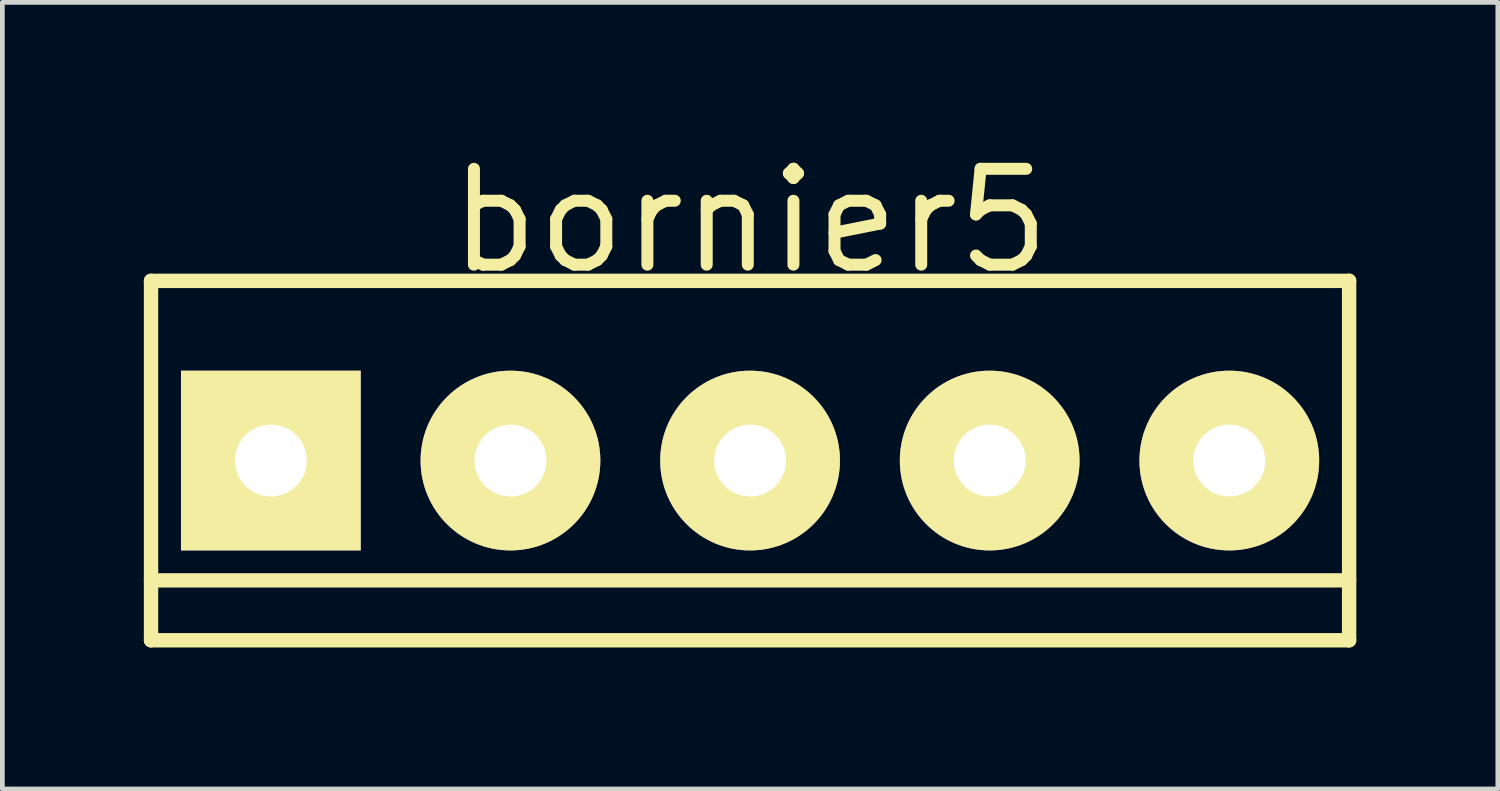
<source format=kicad_pcb>
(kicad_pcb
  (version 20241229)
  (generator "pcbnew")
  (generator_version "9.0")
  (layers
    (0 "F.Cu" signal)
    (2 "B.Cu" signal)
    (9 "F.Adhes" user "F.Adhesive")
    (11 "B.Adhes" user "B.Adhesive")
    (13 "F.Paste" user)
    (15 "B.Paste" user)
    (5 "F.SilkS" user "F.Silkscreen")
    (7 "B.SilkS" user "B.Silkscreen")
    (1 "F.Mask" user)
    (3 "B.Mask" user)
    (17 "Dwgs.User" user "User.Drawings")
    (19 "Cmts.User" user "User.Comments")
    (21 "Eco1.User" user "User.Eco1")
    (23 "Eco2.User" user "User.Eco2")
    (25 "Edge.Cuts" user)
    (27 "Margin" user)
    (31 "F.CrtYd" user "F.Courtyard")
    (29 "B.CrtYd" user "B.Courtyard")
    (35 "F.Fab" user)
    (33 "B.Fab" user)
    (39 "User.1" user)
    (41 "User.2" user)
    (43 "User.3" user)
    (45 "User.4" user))
  (footprint "bornier5"
    (layer "F.Cu")
    (at 12.852 6.714)
    (property "Reference" "bornier5" (at 0 -5.08 0) (layer "F.SilkS") (effects (font (size 2.032 2.032) (thickness 0.254))))
    (attr through_hole)
    (fp_line (start -12.7 -3.81) (end -12.7 3.81) (stroke (width 0.305) (type solid)) (layer "F.SilkS"))
    (fp_line (start -12.7 -3.81) (end 12.7 -3.81) (stroke (width 0.305) (type solid)) (layer "F.SilkS"))
    (fp_line (start -12.7 2.54) (end 12.7 2.54) (stroke (width 0.305) (type solid)) (layer "F.SilkS"))
    (fp_line (start -12.7 3.81) (end 12.7 3.81) (stroke (width 0.305) (type solid)) (layer "F.SilkS"))
    (fp_line (start 12.7 -3.81) (end 12.7 3.81) (stroke (width 0.305) (type solid)) (layer "F.SilkS"))
    (pad "1" thru_hole rect (at -10.16 0) (size 3.81 3.81) (drill 1.524) (layers "*.Cu" "*.Mask" "F.SilkS"))
    (pad "2" thru_hole circle (at -5.08 0) (size 3.81 3.81) (drill 1.524) (layers "*.Cu" "*.Mask" "F.SilkS"))
    (pad "3" thru_hole circle (at 0 0) (size 3.81 3.81) (drill 1.524) (layers "*.Cu" "*.Mask" "F.SilkS"))
    (pad "4" thru_hole circle (at 5.08 0) (size 3.81 3.81) (drill 1.524) (layers "*.Cu" "*.Mask" "F.SilkS"))
    (pad "5" thru_hole circle (at 10.16 0) (size 3.81 3.81) (drill 1.524) (layers "*.Cu" "*.Mask" "F.SilkS")))
  (gr_rect
    (start -3 -3)
    (end 28.705 13.677)
    (stroke (width 0.1) (type default))
    (fill no)
    (layer "Edge.Cuts")))
</source>
